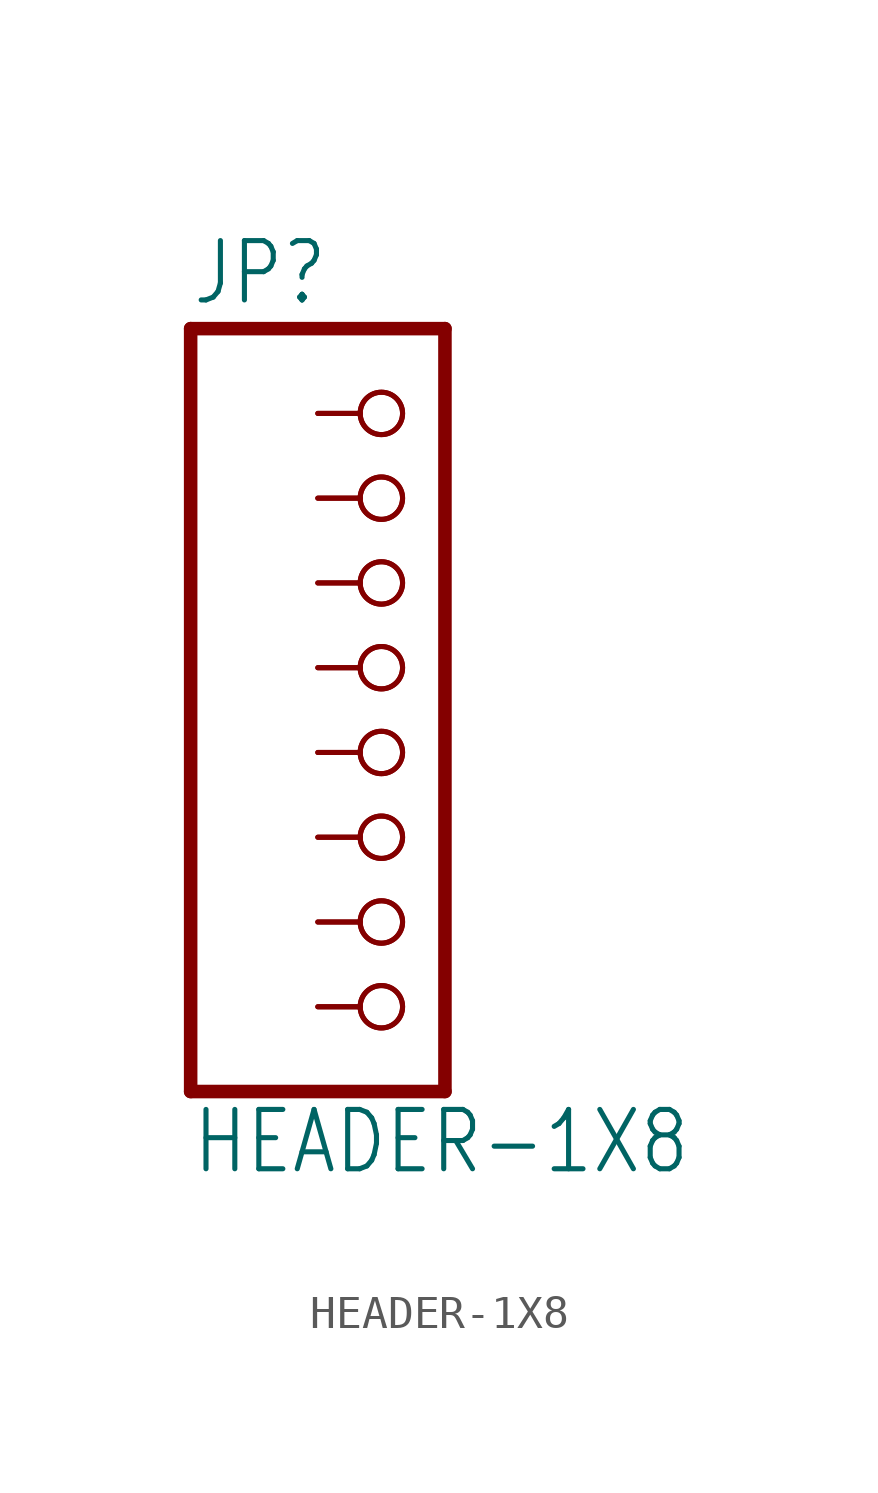
<source format=kicad_sym>
(kicad_symbol_lib
  (version 20211014)
  (generator kicad_symbol_editor)
  (symbol "HEADER-1X8"
    (property "Reference" "JP"
      (at -6.35 10.795 0)
      (effects (font (size 1.778 1.511)) (justify left bottom)))
    (property "Value" "HEADER-1X8"
      (at -6.35 -15.24 0)
      (effects (font (size 1.778 1.511)) (justify left bottom)))
    (property "ki_locked" ""
      (at 0 0 0)
      (effects (font (size 1.27 1.27))))
    (symbol "HEADER-1X8_1_0"
      (polyline (pts (xy -6.35 -12.7) (xy 1.27 -12.7)) (stroke (width 0.406) (type default) (color 0 0 0 0)) (fill (type none)))
      (polyline (pts (xy -6.35 10.16) (xy -6.35 -12.7)) (stroke (width 0.406) (type default) (color 0 0 0 0)) (fill (type none)))
      (polyline (pts (xy 1.27 -12.7) (xy 1.27 10.16)) (stroke (width 0.406) (type default) (color 0 0 0 0)) (fill (type none)))
      (polyline (pts (xy 1.27 10.16) (xy -6.35 10.16)) (stroke (width 0.406) (type default) (color 0 0 0 0)) (fill (type none)))
      (pin passive inverted (at -2.54 7.62 0) (length 2.54) (name "1" (effects (font (size 0 0)))) (number "1" (effects (font (size 0 0)))))
      (pin passive inverted (at -2.54 7.62 0) (length 2.54) (name "1" (effects (font (size 0 0)))) (number "1C" (effects (font (size 0 0)))))
      (pin passive inverted (at -2.54 5.08 0) (length 2.54) (name "2" (effects (font (size 0 0)))) (number "2" (effects (font (size 0 0)))))
      (pin passive inverted (at -2.54 5.08 0) (length 2.54) (name "2" (effects (font (size 0 0)))) (number "2C" (effects (font (size 0 0)))))
      (pin passive inverted (at -2.54 2.54 0) (length 2.54) (name "3" (effects (font (size 0 0)))) (number "3" (effects (font (size 0 0)))))
      (pin passive inverted (at -2.54 2.54 0) (length 2.54) (name "3" (effects (font (size 0 0)))) (number "3C" (effects (font (size 0 0)))))
      (pin passive inverted (at -2.54 0 0) (length 2.54) (name "4" (effects (font (size 0 0)))) (number "4" (effects (font (size 0 0)))))
      (pin passive inverted (at -2.54 0 0) (length 2.54) (name "4" (effects (font (size 0 0)))) (number "4C" (effects (font (size 0 0)))))
      (pin passive inverted (at -2.54 -2.54 0) (length 2.54) (name "5" (effects (font (size 0 0)))) (number "5" (effects (font (size 0 0)))))
      (pin passive inverted (at -2.54 -2.54 0) (length 2.54) (name "5" (effects (font (size 0 0)))) (number "5C" (effects (font (size 0 0)))))
      (pin passive inverted (at -2.54 -5.08 0) (length 2.54) (name "6" (effects (font (size 0 0)))) (number "6" (effects (font (size 0 0)))))
      (pin passive inverted (at -2.54 -5.08 0) (length 2.54) (name "6" (effects (font (size 0 0)))) (number "6C" (effects (font (size 0 0)))))
      (pin passive inverted (at -2.54 -7.62 0) (length 2.54) (name "7" (effects (font (size 0 0)))) (number "7" (effects (font (size 0 0)))))
      (pin passive inverted (at -2.54 -7.62 0) (length 2.54) (name "7" (effects (font (size 0 0)))) (number "7C" (effects (font (size 0 0)))))
      (pin passive inverted (at -2.54 -10.16 0) (length 2.54) (name "8" (effects (font (size 0 0)))) (number "8" (effects (font (size 0 0)))))
      (pin passive inverted (at -2.54 -10.16 0) (length 2.54) (name "8" (effects (font (size 0 0)))) (number "8C" (effects (font (size 0 0))))))))
</source>
